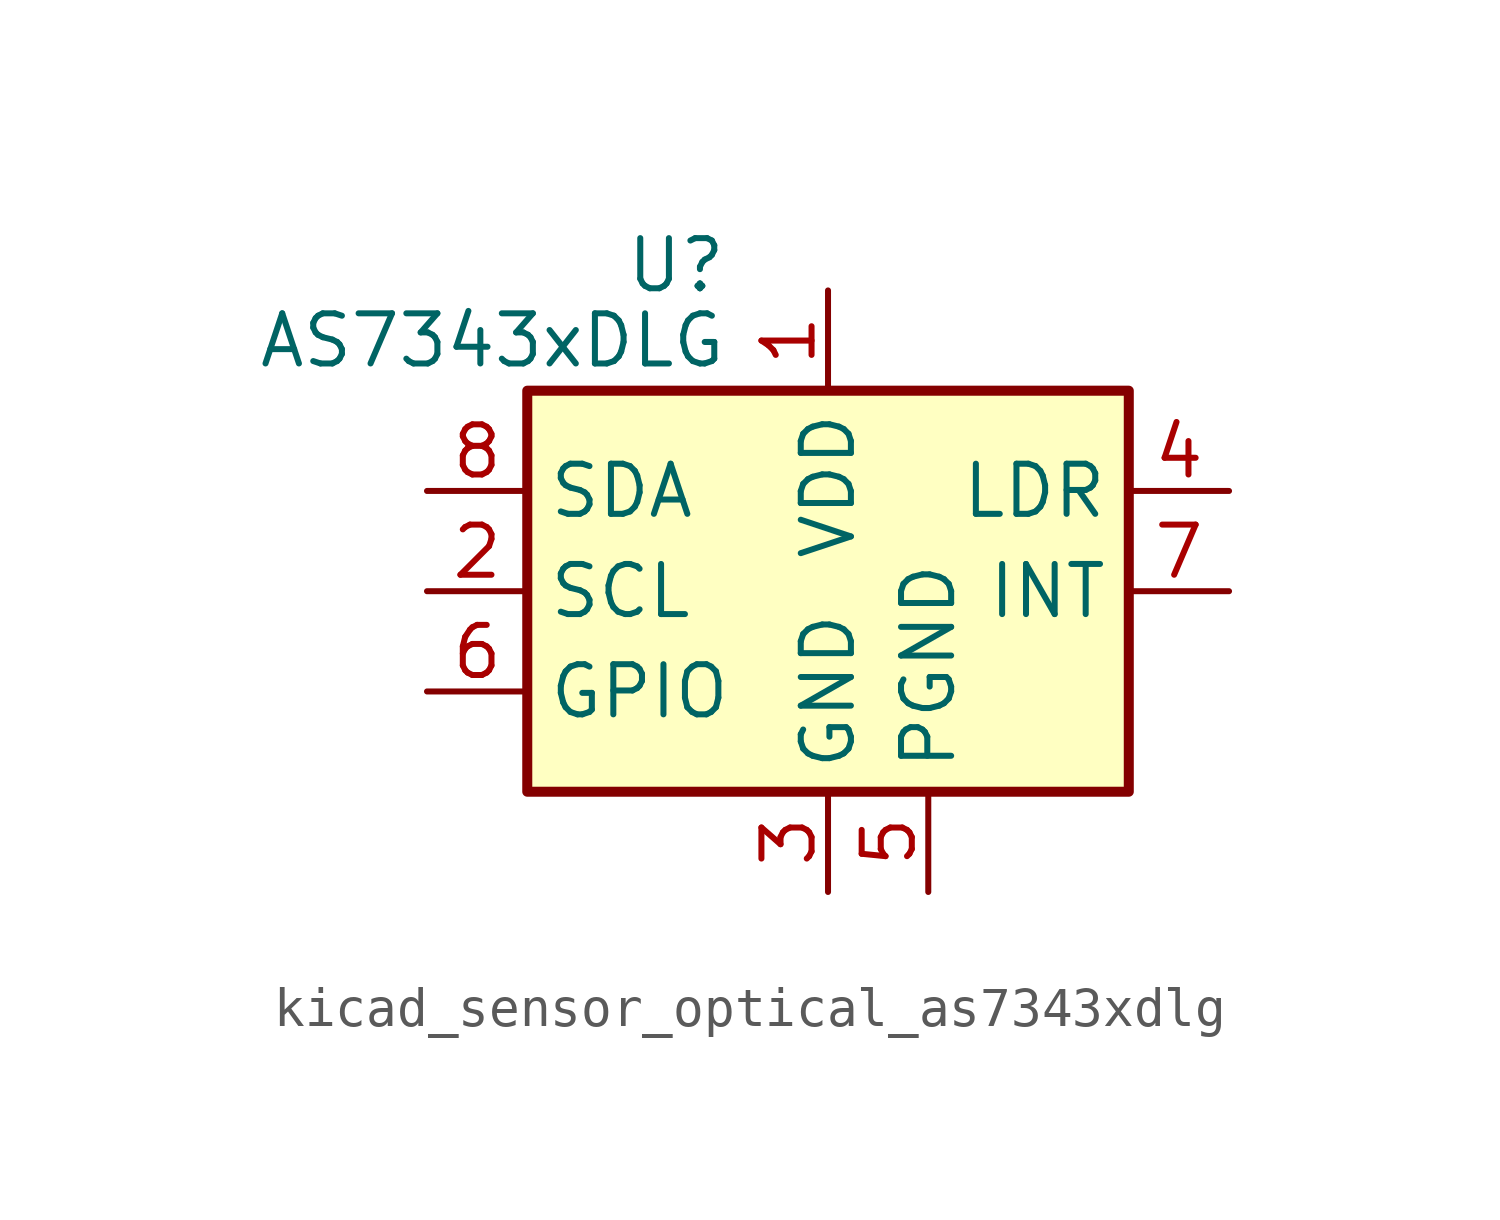
<source format=kicad_sym>
(kicad_symbol_lib
  (version 20220914)
  (generator kicad_symbol_editor)
  (symbol "kicad_sensor_optical_as7343xdlg"
    (property "Reference" "U"
      (at -2.54 8.255 0)
      (effects (font (size 1.27 1.27)) (justify right)))
    (property "Value" "AS7343xDLG"
      (at -2.54 6.35 0)
      (effects (font (size 1.27 1.27)) (justify right)))
    (symbol "kicad_sensor_optical_as7343xdlg_0_1"
      (rectangle (start -7.62 5.08) (end 7.62 -5.08) (stroke (width 0.254) (type default)) (fill (type background))))
    (symbol "kicad_sensor_optical_as7343xdlg_1_1"
      (pin power_in line (at 0 7.62 270) (length 2.54) (name "VDD" (effects (font (size 1.27 1.27)))) (number "1" (effects (font (size 1.27 1.27)))))
      (pin input line (at -10.16 0 0) (length 2.54) (name "SCL" (effects (font (size 1.27 1.27)))) (number "2" (effects (font (size 1.27 1.27)))))
      (pin power_in line (at 0 -7.62 90) (length 2.54) (name "GND" (effects (font (size 1.27 1.27)))) (number "3" (effects (font (size 1.27 1.27)))))
      (pin passive line (at 10.16 2.54 180) (length 2.54) (name "LDR" (effects (font (size 1.27 1.27)))) (number "4" (effects (font (size 1.27 1.27)))))
      (pin power_in line (at 2.54 -7.62 90) (length 2.54) (name "PGND" (effects (font (size 1.27 1.27)))) (number "5" (effects (font (size 1.27 1.27)))))
      (pin input line (at -10.16 -2.54 0) (length 2.54) (name "GPIO" (effects (font (size 1.27 1.27)))) (number "6" (effects (font (size 1.27 1.27)))))
      (pin open_collector line (at 10.16 0 180) (length 2.54) (name "INT" (effects (font (size 1.27 1.27)))) (number "7" (effects (font (size 1.27 1.27)))))
      (pin bidirectional line (at -10.16 2.54 0) (length 2.54) (name "SDA" (effects (font (size 1.27 1.27)))) (number "8" (effects (font (size 1.27 1.27))))))))
</source>
